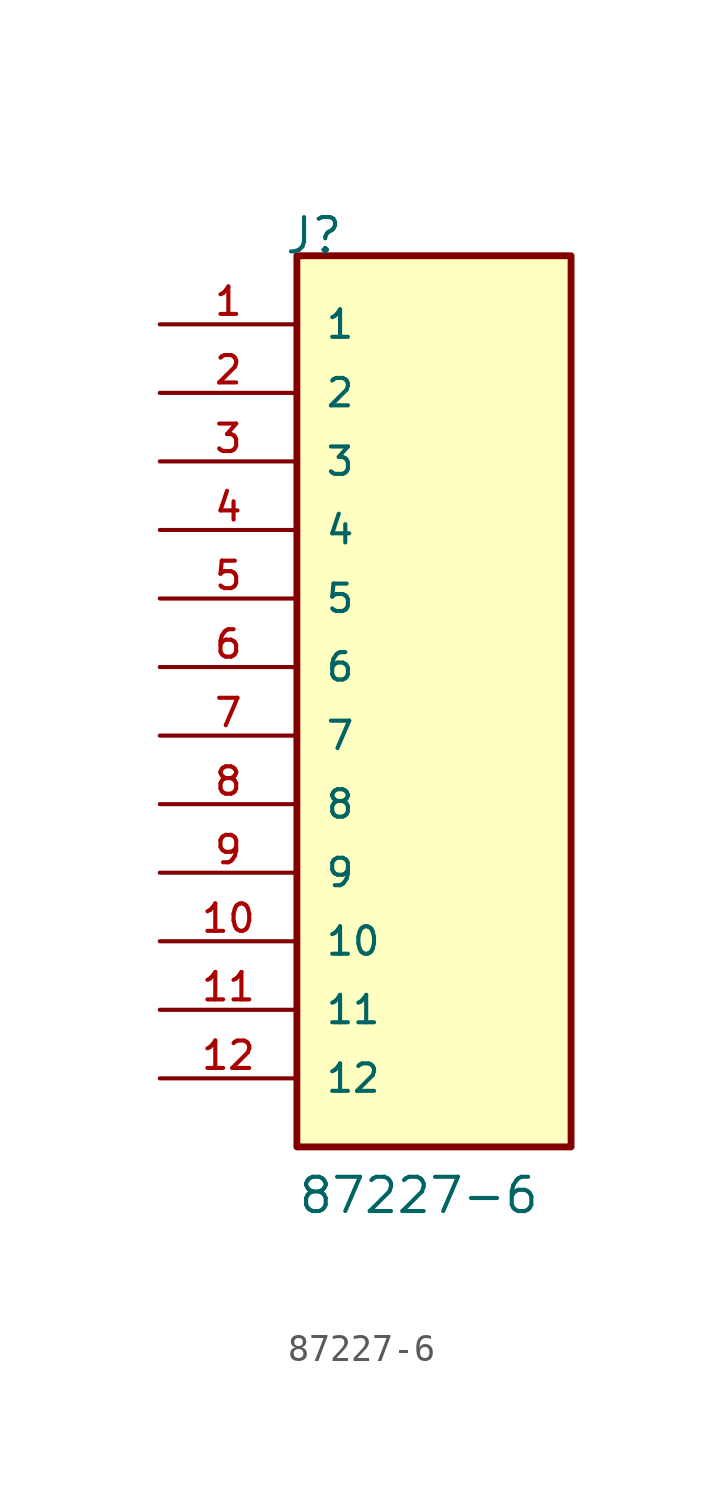
<source format=kicad_sym>
(kicad_symbol_lib
  (version 20211014)
  (generator kicad_symbol_editor)
  (symbol "87227-6"
    (pin_names
      (offset 1.016))
    (property "Reference" "J"
      (at -5.58 17.78 0)
      (effects (font (size 1.27 1.27)) (justify bottom left)))
    (property "Value" "87227-6"
      (at -5.08 -17.78 0)
      (effects (font (size 1.27 1.27)) (justify bottom left)))
    (symbol "87227-6_0_0"
      (rectangle (start -5.08 -15.24) (end 5.08 17.78) (stroke (width 0.254)) (fill (type background)))
      (pin passive line (at -10.16 15.24 0) (length 5.08) (name "1" (effects (font (size 1.016 1.016)))) (number "1" (effects (font (size 1.016 1.016)))))
      (pin passive line (at -10.16 12.7 0) (length 5.08) (name "2" (effects (font (size 1.016 1.016)))) (number "2" (effects (font (size 1.016 1.016)))))
      (pin passive line (at -10.16 10.16 0) (length 5.08) (name "3" (effects (font (size 1.016 1.016)))) (number "3" (effects (font (size 1.016 1.016)))))
      (pin passive line (at -10.16 7.62 0) (length 5.08) (name "4" (effects (font (size 1.016 1.016)))) (number "4" (effects (font (size 1.016 1.016)))))
      (pin passive line (at -10.16 5.08 0) (length 5.08) (name "5" (effects (font (size 1.016 1.016)))) (number "5" (effects (font (size 1.016 1.016)))))
      (pin passive line (at -10.16 2.54 0) (length 5.08) (name "6" (effects (font (size 1.016 1.016)))) (number "6" (effects (font (size 1.016 1.016)))))
      (pin passive line (at -10.16 0.0 0) (length 5.08) (name "7" (effects (font (size 1.016 1.016)))) (number "7" (effects (font (size 1.016 1.016)))))
      (pin passive line (at -10.16 -2.54 0) (length 5.08) (name "8" (effects (font (size 1.016 1.016)))) (number "8" (effects (font (size 1.016 1.016)))))
      (pin passive line (at -10.16 -5.08 0) (length 5.08) (name "9" (effects (font (size 1.016 1.016)))) (number "9" (effects (font (size 1.016 1.016)))))
      (pin passive line (at -10.16 -7.62 0) (length 5.08) (name "10" (effects (font (size 1.016 1.016)))) (number "10" (effects (font (size 1.016 1.016)))))
      (pin passive line (at -10.16 -10.16 0) (length 5.08) (name "11" (effects (font (size 1.016 1.016)))) (number "11" (effects (font (size 1.016 1.016)))))
      (pin passive line (at -10.16 -12.7 0) (length 5.08) (name "12" (effects (font (size 1.016 1.016)))) (number "12" (effects (font (size 1.016 1.016))))))))
</source>
